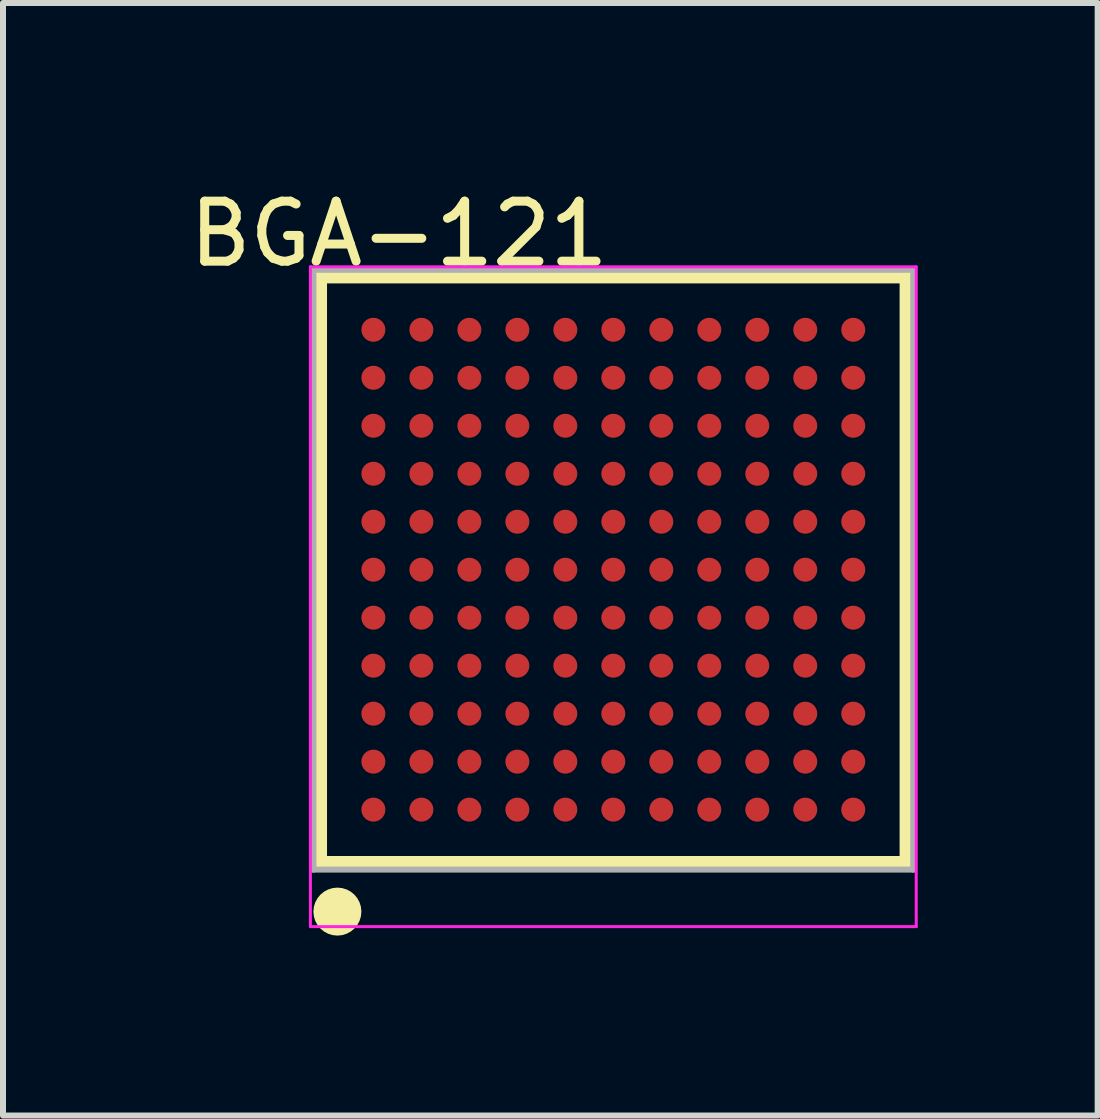
<source format=kicad_pcb>
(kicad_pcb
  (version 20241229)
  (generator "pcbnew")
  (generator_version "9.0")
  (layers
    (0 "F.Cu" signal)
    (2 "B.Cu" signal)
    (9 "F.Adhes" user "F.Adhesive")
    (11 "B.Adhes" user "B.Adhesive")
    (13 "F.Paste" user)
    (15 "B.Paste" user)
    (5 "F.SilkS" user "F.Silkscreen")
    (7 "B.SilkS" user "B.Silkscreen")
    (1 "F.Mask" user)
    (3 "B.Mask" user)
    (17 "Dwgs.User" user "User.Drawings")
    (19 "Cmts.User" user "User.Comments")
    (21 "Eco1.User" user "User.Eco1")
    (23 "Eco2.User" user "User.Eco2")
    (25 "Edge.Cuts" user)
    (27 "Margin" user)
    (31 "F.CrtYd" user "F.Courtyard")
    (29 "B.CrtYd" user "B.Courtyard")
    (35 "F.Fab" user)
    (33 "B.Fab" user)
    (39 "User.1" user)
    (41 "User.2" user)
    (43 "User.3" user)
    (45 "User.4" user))
  (footprint "BGA-121"
    (layer "F.Cu")
    (at 7.175 6.448)
    (property "Reference" "BGA-121" (at -3.574 -5.599 0) (layer "F.SilkS") (effects (font (size 1 1) (thickness 0.15))))
    (attr through_hole)
    (fp_line (start -4.9 -4.9) (end 4.9 -4.9) (stroke (width 0.254) (type solid)) (layer "F.SilkS"))
    (fp_line (start -4.9 4.9) (end -4.9 -4.9) (stroke (width 0.254) (type solid)) (layer "F.SilkS"))
    (fp_line (start -4.9 4.9) (end 4.9 4.9) (stroke (width 0.254) (type solid)) (layer "F.SilkS"))
    (fp_line (start 4.9 4.9) (end 4.9 -4.9) (stroke (width 0.254) (type solid)) (layer "F.SilkS"))
    (fp_circle (center -4.6 5.7) (end -4.4 5.7) (stroke (width 0.4) (type solid)) (fill no) (layer "F.SilkS"))
    (fp_line (start -5.05 -5.05) (end 5.05 -5.05) (stroke (width 0.05) (type solid)) (layer "F.CrtYd"))
    (fp_line (start -5.05 5.95) (end -5.05 -5.05) (stroke (width 0.05) (type solid)) (layer "F.CrtYd"))
    (fp_line (start 5.05 -5.05) (end 5.05 5.95) (stroke (width 0.05) (type solid)) (layer "F.CrtYd"))
    (fp_line (start 5.05 5.95) (end -5.05 5.95) (stroke (width 0.05) (type solid)) (layer "F.CrtYd"))
    (fp_line (start -5 -5) (end 5 -5) (stroke (width 0.1) (type solid)) (layer "F.Fab"))
    (fp_line (start -5 5) (end -5 -5) (stroke (width 0.1) (type solid)) (layer "F.Fab"))
    (fp_line (start -5 5) (end 5 5) (stroke (width 0.1) (type solid)) (layer "F.Fab"))
    (fp_line (start 5 5) (end 5 -5) (stroke (width 0.1) (type solid)) (layer "F.Fab"))
    (pad "A1" smd oval (at -4 4 90) (size 0.4 0.4) (layers "F.Cu" "F.Mask" "F.Paste"))
    (pad "A2" smd oval (at -4 3.2 90) (size 0.4 0.4) (layers "F.Cu" "F.Mask" "F.Paste"))
    (pad "A3" smd oval (at -4 2.4 90) (size 0.4 0.4) (layers "F.Cu" "F.Mask" "F.Paste"))
    (pad "A4" smd oval (at -4 1.6 90) (size 0.4 0.4) (layers "F.Cu" "F.Mask" "F.Paste"))
    (pad "A5" smd oval (at -4 0.8 90) (size 0.4 0.4) (layers "F.Cu" "F.Mask" "F.Paste"))
    (pad "A6" smd oval (at -4 0 90) (size 0.4 0.4) (layers "F.Cu" "F.Mask" "F.Paste"))
    (pad "A7" smd oval (at -4 -0.8 90) (size 0.4 0.4) (layers "F.Cu" "F.Mask" "F.Paste"))
    (pad "A8" smd oval (at -4 -1.6 90) (size 0.4 0.4) (layers "F.Cu" "F.Mask" "F.Paste"))
    (pad "A9" smd oval (at -4 -2.4 90) (size 0.4 0.4) (layers "F.Cu" "F.Mask" "F.Paste"))
    (pad "A10" smd oval (at -4 -3.2 90) (size 0.4 0.4) (layers "F.Cu" "F.Mask" "F.Paste"))
    (pad "A11" smd oval (at -4 -4 90) (size 0.4 0.4) (layers "F.Cu" "F.Mask" "F.Paste"))
    (pad "B1" smd oval (at -3.2 4 90) (size 0.4 0.4) (layers "F.Cu" "F.Mask" "F.Paste"))
    (pad "B2" smd oval (at -3.2 3.2 90) (size 0.4 0.4) (layers "F.Cu" "F.Mask" "F.Paste"))
    (pad "B3" smd oval (at -3.2 2.4 90) (size 0.4 0.4) (layers "F.Cu" "F.Mask" "F.Paste"))
    (pad "B4" smd oval (at -3.2 1.6 90) (size 0.4 0.4) (layers "F.Cu" "F.Mask" "F.Paste"))
    (pad "B5" smd oval (at -3.2 0.8 90) (size 0.4 0.4) (layers "F.Cu" "F.Mask" "F.Paste"))
    (pad "B6" smd oval (at -3.2 0 90) (size 0.4 0.4) (layers "F.Cu" "F.Mask" "F.Paste"))
    (pad "B7" smd oval (at -3.2 -0.8 90) (size 0.4 0.4) (layers "F.Cu" "F.Mask" "F.Paste"))
    (pad "B8" smd oval (at -3.2 -1.6 90) (size 0.4 0.4) (layers "F.Cu" "F.Mask" "F.Paste"))
    (pad "B9" smd oval (at -3.2 -2.4 90) (size 0.4 0.4) (layers "F.Cu" "F.Mask" "F.Paste"))
    (pad "B10" smd oval (at -3.2 -3.2 90) (size 0.4 0.4) (layers "F.Cu" "F.Mask" "F.Paste"))
    (pad "B11" smd oval (at -3.2 -4 90) (size 0.4 0.4) (layers "F.Cu" "F.Mask" "F.Paste"))
    (pad "C1" smd oval (at -2.4 4 90) (size 0.4 0.4) (layers "F.Cu" "F.Mask" "F.Paste"))
    (pad "C2" smd oval (at -2.4 3.2 90) (size 0.4 0.4) (layers "F.Cu" "F.Mask" "F.Paste"))
    (pad "C3" smd oval (at -2.4 2.4 90) (size 0.4 0.4) (layers "F.Cu" "F.Mask" "F.Paste"))
    (pad "C4" smd oval (at -2.4 1.6 90) (size 0.4 0.4) (layers "F.Cu" "F.Mask" "F.Paste"))
    (pad "C5" smd oval (at -2.4 0.8 90) (size 0.4 0.4) (layers "F.Cu" "F.Mask" "F.Paste"))
    (pad "C6" smd oval (at -2.4 0 90) (size 0.4 0.4) (layers "F.Cu" "F.Mask" "F.Paste"))
    (pad "C7" smd oval (at -2.4 -0.8 90) (size 0.4 0.4) (layers "F.Cu" "F.Mask" "F.Paste"))
    (pad "C8" smd oval (at -2.4 -1.6 90) (size 0.4 0.4) (layers "F.Cu" "F.Mask" "F.Paste"))
    (pad "C9" smd oval (at -2.4 -2.4 90) (size 0.4 0.4) (layers "F.Cu" "F.Mask" "F.Paste"))
    (pad "C10" smd oval (at -2.4 -3.2 90) (size 0.4 0.4) (layers "F.Cu" "F.Mask" "F.Paste"))
    (pad "C11" smd oval (at -2.4 -4 90) (size 0.4 0.4) (layers "F.Cu" "F.Mask" "F.Paste"))
    (pad "D1" smd oval (at -1.6 4 90) (size 0.4 0.4) (layers "F.Cu" "F.Mask" "F.Paste"))
    (pad "D2" smd oval (at -1.6 3.2 90) (size 0.4 0.4) (layers "F.Cu" "F.Mask" "F.Paste"))
    (pad "D3" smd oval (at -1.6 2.4 90) (size 0.4 0.4) (layers "F.Cu" "F.Mask" "F.Paste"))
    (pad "D4" smd oval (at -1.6 1.6 90) (size 0.4 0.4) (layers "F.Cu" "F.Mask" "F.Paste"))
    (pad "D5" smd oval (at -1.6 0.8 90) (size 0.4 0.4) (layers "F.Cu" "F.Mask" "F.Paste"))
    (pad "D6" smd oval (at -1.6 0 90) (size 0.4 0.4) (layers "F.Cu" "F.Mask" "F.Paste"))
    (pad "D7" smd oval (at -1.6 -0.8 90) (size 0.4 0.4) (layers "F.Cu" "F.Mask" "F.Paste"))
    (pad "D8" smd oval (at -1.6 -1.6 90) (size 0.4 0.4) (layers "F.Cu" "F.Mask" "F.Paste"))
    (pad "D9" smd oval (at -1.6 -2.4 90) (size 0.4 0.4) (layers "F.Cu" "F.Mask" "F.Paste"))
    (pad "D10" smd oval (at -1.6 -3.2 90) (size 0.4 0.4) (layers "F.Cu" "F.Mask" "F.Paste"))
    (pad "D11" smd oval (at -1.6 -4 90) (size 0.4 0.4) (layers "F.Cu" "F.Mask" "F.Paste"))
    (pad "E1" smd oval (at -0.8 4 90) (size 0.4 0.4) (layers "F.Cu" "F.Mask" "F.Paste"))
    (pad "E2" smd oval (at -0.8 3.2 90) (size 0.4 0.4) (layers "F.Cu" "F.Mask" "F.Paste"))
    (pad "E3" smd oval (at -0.8 2.4 90) (size 0.4 0.4) (layers "F.Cu" "F.Mask" "F.Paste"))
    (pad "E4" smd oval (at -0.8 1.6 90) (size 0.4 0.4) (layers "F.Cu" "F.Mask" "F.Paste"))
    (pad "E5" smd oval (at -0.8 0.8 90) (size 0.4 0.4) (layers "F.Cu" "F.Mask" "F.Paste"))
    (pad "E6" smd oval (at -0.8 0 90) (size 0.4 0.4) (layers "F.Cu" "F.Mask" "F.Paste"))
    (pad "E7" smd oval (at -0.8 -0.8 90) (size 0.4 0.4) (layers "F.Cu" "F.Mask" "F.Paste"))
    (pad "E8" smd oval (at -0.8 -1.6 90) (size 0.4 0.4) (layers "F.Cu" "F.Mask" "F.Paste"))
    (pad "E9" smd oval (at -0.8 -2.4 90) (size 0.4 0.4) (layers "F.Cu" "F.Mask" "F.Paste"))
    (pad "E10" smd oval (at -0.8 -3.2 90) (size 0.4 0.4) (layers "F.Cu" "F.Mask" "F.Paste"))
    (pad "E11" smd oval (at -0.8 -4 90) (size 0.4 0.4) (layers "F.Cu" "F.Mask" "F.Paste"))
    (pad "F1" smd oval (at 0 4 90) (size 0.4 0.4) (layers "F.Cu" "F.Mask" "F.Paste"))
    (pad "F2" smd oval (at 0 3.2 90) (size 0.4 0.4) (layers "F.Cu" "F.Mask" "F.Paste"))
    (pad "F3" smd oval (at 0 2.4 90) (size 0.4 0.4) (layers "F.Cu" "F.Mask" "F.Paste"))
    (pad "F4" smd oval (at 0 1.6 90) (size 0.4 0.4) (layers "F.Cu" "F.Mask" "F.Paste"))
    (pad "F5" smd oval (at 0 0.8 90) (size 0.4 0.4) (layers "F.Cu" "F.Mask" "F.Paste"))
    (pad "F6" smd oval (at 0 0 90) (size 0.4 0.4) (layers "F.Cu" "F.Mask" "F.Paste"))
    (pad "F7" smd oval (at 0 -0.8 90) (size 0.4 0.4) (layers "F.Cu" "F.Mask" "F.Paste"))
    (pad "F8" smd oval (at 0 -1.6 90) (size 0.4 0.4) (layers "F.Cu" "F.Mask" "F.Paste"))
    (pad "F9" smd oval (at 0 -2.4 90) (size 0.4 0.4) (layers "F.Cu" "F.Mask" "F.Paste"))
    (pad "F10" smd oval (at 0 -3.2 90) (size 0.4 0.4) (layers "F.Cu" "F.Mask" "F.Paste"))
    (pad "F11" smd oval (at 0 -4 90) (size 0.4 0.4) (layers "F.Cu" "F.Mask" "F.Paste"))
    (pad "G1" smd oval (at 0.8 4 90) (size 0.4 0.4) (layers "F.Cu" "F.Mask" "F.Paste"))
    (pad "G2" smd oval (at 0.8 3.2 90) (size 0.4 0.4) (layers "F.Cu" "F.Mask" "F.Paste"))
    (pad "G3" smd oval (at 0.8 2.4 90) (size 0.4 0.4) (layers "F.Cu" "F.Mask" "F.Paste"))
    (pad "G4" smd oval (at 0.8 1.6 90) (size 0.4 0.4) (layers "F.Cu" "F.Mask" "F.Paste"))
    (pad "G5" smd oval (at 0.8 0.8 90) (size 0.4 0.4) (layers "F.Cu" "F.Mask" "F.Paste"))
    (pad "G6" smd oval (at 0.8 0 90) (size 0.4 0.4) (layers "F.Cu" "F.Mask" "F.Paste"))
    (pad "G7" smd oval (at 0.8 -0.8 90) (size 0.4 0.4) (layers "F.Cu" "F.Mask" "F.Paste"))
    (pad "G8" smd oval (at 0.8 -1.6 90) (size 0.4 0.4) (layers "F.Cu" "F.Mask" "F.Paste"))
    (pad "G9" smd oval (at 0.8 -2.4 90) (size 0.4 0.4) (layers "F.Cu" "F.Mask" "F.Paste"))
    (pad "G10" smd oval (at 0.8 -3.2 90) (size 0.4 0.4) (layers "F.Cu" "F.Mask" "F.Paste"))
    (pad "G11" smd oval (at 0.8 -4 90) (size 0.4 0.4) (layers "F.Cu" "F.Mask" "F.Paste"))
    (pad "H1" smd oval (at 1.6 4 90) (size 0.4 0.4) (layers "F.Cu" "F.Mask" "F.Paste"))
    (pad "H2" smd oval (at 1.6 3.2 90) (size 0.4 0.4) (layers "F.Cu" "F.Mask" "F.Paste"))
    (pad "H3" smd oval (at 1.6 2.4 90) (size 0.4 0.4) (layers "F.Cu" "F.Mask" "F.Paste"))
    (pad "H4" smd oval (at 1.6 1.6 90) (size 0.4 0.4) (layers "F.Cu" "F.Mask" "F.Paste"))
    (pad "H5" smd oval (at 1.6 0.8 90) (size 0.4 0.4) (layers "F.Cu" "F.Mask" "F.Paste"))
    (pad "H6" smd oval (at 1.6 0 90) (size 0.4 0.4) (layers "F.Cu" "F.Mask" "F.Paste"))
    (pad "H7" smd oval (at 1.6 -0.8 90) (size 0.4 0.4) (layers "F.Cu" "F.Mask" "F.Paste"))
    (pad "H8" smd oval (at 1.6 -1.6 90) (size 0.4 0.4) (layers "F.Cu" "F.Mask" "F.Paste"))
    (pad "H9" smd oval (at 1.6 -2.4 90) (size 0.4 0.4) (layers "F.Cu" "F.Mask" "F.Paste"))
    (pad "H10" smd oval (at 1.6 -3.2 90) (size 0.4 0.4) (layers "F.Cu" "F.Mask" "F.Paste"))
    (pad "H11" smd oval (at 1.6 -4 90) (size 0.4 0.4) (layers "F.Cu" "F.Mask" "F.Paste"))
    (pad "J1" smd oval (at 2.4 4 90) (size 0.4 0.4) (layers "F.Cu" "F.Mask" "F.Paste"))
    (pad "J2" smd oval (at 2.4 3.2 90) (size 0.4 0.4) (layers "F.Cu" "F.Mask" "F.Paste"))
    (pad "J3" smd oval (at 2.4 2.4 90) (size 0.4 0.4) (layers "F.Cu" "F.Mask" "F.Paste"))
    (pad "J4" smd oval (at 2.4 1.6 90) (size 0.4 0.4) (layers "F.Cu" "F.Mask" "F.Paste"))
    (pad "J5" smd oval (at 2.4 0.8 90) (size 0.4 0.4) (layers "F.Cu" "F.Mask" "F.Paste"))
    (pad "J6" smd oval (at 2.4 0 90) (size 0.4 0.4) (layers "F.Cu" "F.Mask" "F.Paste"))
    (pad "J7" smd oval (at 2.4 -0.8 90) (size 0.4 0.4) (layers "F.Cu" "F.Mask" "F.Paste"))
    (pad "J8" smd oval (at 2.4 -1.6 90) (size 0.4 0.4) (layers "F.Cu" "F.Mask" "F.Paste"))
    (pad "J9" smd oval (at 2.4 -2.4 90) (size 0.4 0.4) (layers "F.Cu" "F.Mask" "F.Paste"))
    (pad "J10" smd oval (at 2.4 -3.2 90) (size 0.4 0.4) (layers "F.Cu" "F.Mask" "F.Paste"))
    (pad "J11" smd oval (at 2.4 -4 90) (size 0.4 0.4) (layers "F.Cu" "F.Mask" "F.Paste"))
    (pad "K1" smd oval (at 3.2 4 90) (size 0.4 0.4) (layers "F.Cu" "F.Mask" "F.Paste"))
    (pad "K2" smd oval (at 3.2 3.2 90) (size 0.4 0.4) (layers "F.Cu" "F.Mask" "F.Paste"))
    (pad "K3" smd oval (at 3.2 2.4 90) (size 0.4 0.4) (layers "F.Cu" "F.Mask" "F.Paste"))
    (pad "K4" smd oval (at 3.2 1.6 90) (size 0.4 0.4) (layers "F.Cu" "F.Mask" "F.Paste"))
    (pad "K5" smd oval (at 3.2 0.8 90) (size 0.4 0.4) (layers "F.Cu" "F.Mask" "F.Paste"))
    (pad "K6" smd oval (at 3.2 0 90) (size 0.4 0.4) (layers "F.Cu" "F.Mask" "F.Paste"))
    (pad "K7" smd oval (at 3.2 -0.8 90) (size 0.4 0.4) (layers "F.Cu" "F.Mask" "F.Paste"))
    (pad "K8" smd oval (at 3.2 -1.6 90) (size 0.4 0.4) (layers "F.Cu" "F.Mask" "F.Paste"))
    (pad "K9" smd oval (at 3.2 -2.4 90) (size 0.4 0.4) (layers "F.Cu" "F.Mask" "F.Paste"))
    (pad "K10" smd oval (at 3.2 -3.2 90) (size 0.4 0.4) (layers "F.Cu" "F.Mask" "F.Paste"))
    (pad "K11" smd oval (at 3.2 -4 90) (size 0.4 0.4) (layers "F.Cu" "F.Mask" "F.Paste"))
    (pad "L1" smd oval (at 4 4 90) (size 0.4 0.4) (layers "F.Cu" "F.Mask" "F.Paste"))
    (pad "L2" smd oval (at 4 3.2 90) (size 0.4 0.4) (layers "F.Cu" "F.Mask" "F.Paste"))
    (pad "L3" smd oval (at 4 2.4 90) (size 0.4 0.4) (layers "F.Cu" "F.Mask" "F.Paste"))
    (pad "L4" smd oval (at 4 1.6 90) (size 0.4 0.4) (layers "F.Cu" "F.Mask" "F.Paste"))
    (pad "L5" smd oval (at 4 0.8 90) (size 0.4 0.4) (layers "F.Cu" "F.Mask" "F.Paste"))
    (pad "L6" smd oval (at 4 0 90) (size 0.4 0.4) (layers "F.Cu" "F.Mask" "F.Paste"))
    (pad "L7" smd oval (at 4 -0.8 90) (size 0.4 0.4) (layers "F.Cu" "F.Mask" "F.Paste"))
    (pad "L8" smd oval (at 4 -1.6 90) (size 0.4 0.4) (layers "F.Cu" "F.Mask" "F.Paste"))
    (pad "L9" smd oval (at 4 -2.4 90) (size 0.4 0.4) (layers "F.Cu" "F.Mask" "F.Paste"))
    (pad "L10" smd oval (at 4 -3.2 90) (size 0.4 0.4) (layers "F.Cu" "F.Mask" "F.Paste"))
    (pad "L11" smd oval (at 4 -4 90) (size 0.4 0.4) (layers "F.Cu" "F.Mask" "F.Paste")))
  (gr_rect
    (start -3 -3)
    (end 15.25 15.548)
    (stroke (width 0.1) (type default))
    (fill no)
    (layer "Edge.Cuts")))
</source>
